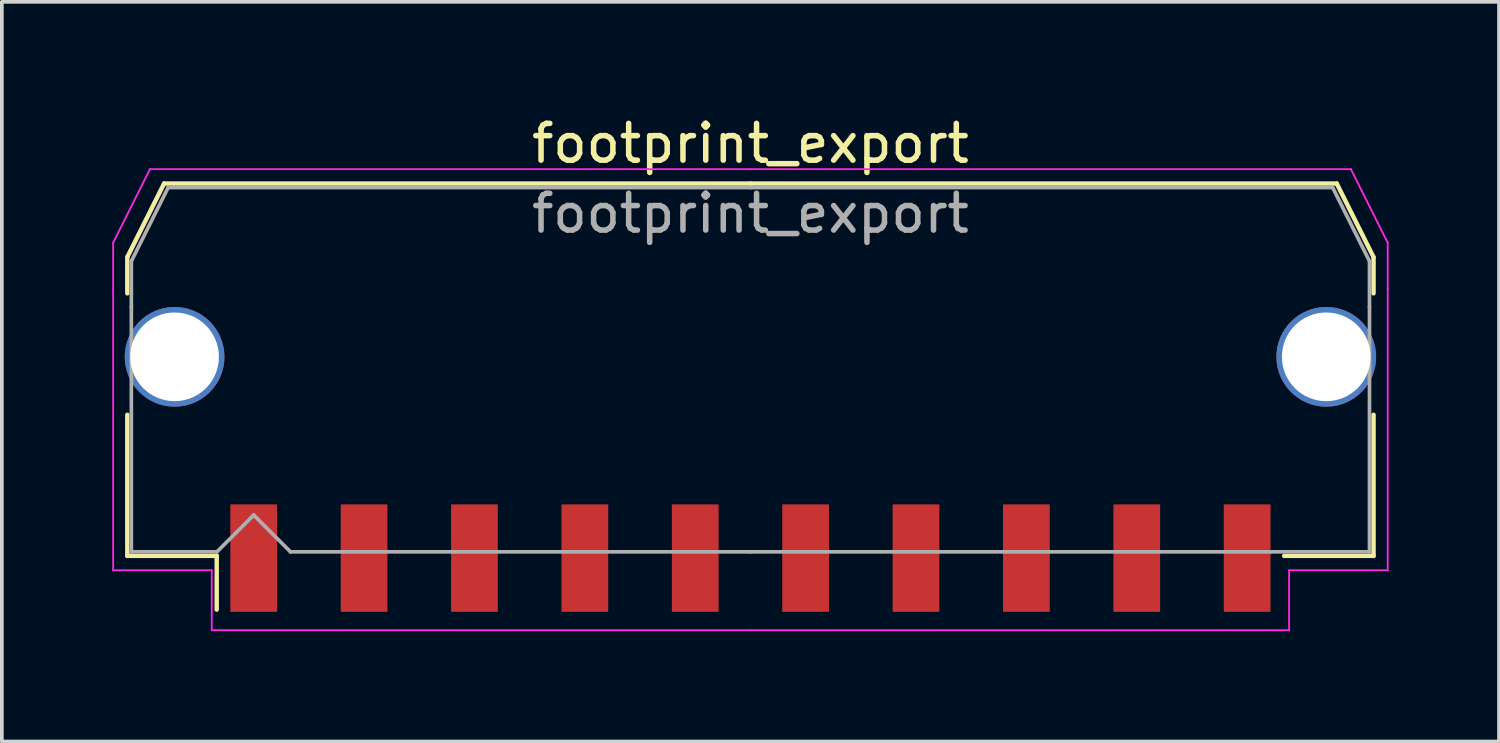
<source format=kicad_pcb>
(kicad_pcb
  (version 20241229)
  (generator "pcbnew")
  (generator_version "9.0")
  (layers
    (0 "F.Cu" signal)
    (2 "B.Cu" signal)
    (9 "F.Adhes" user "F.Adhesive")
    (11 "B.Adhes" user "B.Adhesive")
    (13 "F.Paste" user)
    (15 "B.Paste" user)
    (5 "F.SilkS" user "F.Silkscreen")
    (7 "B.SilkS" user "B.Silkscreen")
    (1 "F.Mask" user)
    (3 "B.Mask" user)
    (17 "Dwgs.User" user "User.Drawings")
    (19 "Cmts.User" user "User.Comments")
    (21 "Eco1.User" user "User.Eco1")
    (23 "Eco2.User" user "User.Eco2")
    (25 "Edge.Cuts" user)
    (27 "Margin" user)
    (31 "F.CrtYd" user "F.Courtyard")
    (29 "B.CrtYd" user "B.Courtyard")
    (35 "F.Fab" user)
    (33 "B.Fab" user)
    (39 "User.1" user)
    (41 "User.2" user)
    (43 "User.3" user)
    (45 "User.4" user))
  (footprint "footprint_export"
    (layer "F.Cu")
    (at 17.345 6.998)
    (property "Reference" "footprint_export" (at 0 -6.15 0) (layer "F.SilkS") (effects (font (size 1 1) (thickness 0.15))))
    (attr smd)
    (fp_line (start -16.935 -3.06) (end -16.935 -2.075) (stroke (width 0.12) (type solid)) (layer "F.SilkS"))
    (fp_line (start -16.935 1.225) (end -16.935 5.06) (stroke (width 0.12) (type solid)) (layer "F.SilkS"))
    (fp_line (start -16.935 5.06) (end -14.505 5.06) (stroke (width 0.12) (type solid)) (layer "F.SilkS"))
    (fp_line (start -15.935 -5.06) (end -16.935 -3.06) (stroke (width 0.12) (type solid)) (layer "F.SilkS"))
    (fp_line (start -14.505 5.06) (end -14.505 6.52) (stroke (width 0.12) (type solid)) (layer "F.SilkS"))
    (fp_line (start 0 -5.06) (end -15.935 -5.06) (stroke (width 0.12) (type solid)) (layer "F.SilkS"))
    (fp_line (start 0 -5.06) (end 15.935 -5.06) (stroke (width 0.12) (type solid)) (layer "F.SilkS"))
    (fp_line (start 15.935 -5.06) (end 16.935 -3.06) (stroke (width 0.12) (type solid)) (layer "F.SilkS"))
    (fp_line (start 16.935 -3.06) (end 16.935 -2.075) (stroke (width 0.12) (type solid)) (layer "F.SilkS"))
    (fp_line (start 16.935 1.225) (end 16.935 5.06) (stroke (width 0.12) (type solid)) (layer "F.SilkS"))
    (fp_line (start 16.935 5.06) (end 14.505 5.06) (stroke (width 0.12) (type solid)) (layer "F.SilkS"))
    (fp_line (start -17.32 -3.45) (end -17.32 -2.2) (stroke (width 0.05) (type solid)) (layer "F.CrtYd"))
    (fp_line (start -17.32 -2.2) (end -17.32 5.45) (stroke (width 0.05) (type solid)) (layer "F.CrtYd"))
    (fp_line (start -17.32 5.45) (end -14.64 5.45) (stroke (width 0.05) (type solid)) (layer "F.CrtYd"))
    (fp_line (start -16.32 -5.45) (end -17.32 -3.45) (stroke (width 0.05) (type solid)) (layer "F.CrtYd"))
    (fp_line (start -14.64 5.45) (end -14.64 7.08) (stroke (width 0.05) (type solid)) (layer "F.CrtYd"))
    (fp_line (start -14.64 7.08) (end 0 7.08) (stroke (width 0.05) (type solid)) (layer "F.CrtYd"))
    (fp_line (start 0 -5.45) (end -16.32 -5.45) (stroke (width 0.05) (type solid)) (layer "F.CrtYd"))
    (fp_line (start 0 -5.45) (end 16.32 -5.45) (stroke (width 0.05) (type solid)) (layer "F.CrtYd"))
    (fp_line (start 14.64 5.45) (end 14.64 7.08) (stroke (width 0.05) (type solid)) (layer "F.CrtYd"))
    (fp_line (start 14.64 7.08) (end 0 7.08) (stroke (width 0.05) (type solid)) (layer "F.CrtYd"))
    (fp_line (start 16.32 -5.45) (end 17.32 -3.45) (stroke (width 0.05) (type solid)) (layer "F.CrtYd"))
    (fp_line (start 17.32 -3.45) (end 17.32 -2.2) (stroke (width 0.05) (type solid)) (layer "F.CrtYd"))
    (fp_line (start 17.32 -2.2) (end 17.32 5.45) (stroke (width 0.05) (type solid)) (layer "F.CrtYd"))
    (fp_line (start 17.32 5.45) (end 14.64 5.45) (stroke (width 0.05) (type solid)) (layer "F.CrtYd"))
    (fp_line (start -16.825 -2.95) (end -16.825 -1.705) (stroke (width 0.1) (type solid)) (layer "F.Fab"))
    (fp_line (start -16.825 -1.705) (end -16.825 4.95) (stroke (width 0.1) (type solid)) (layer "F.Fab"))
    (fp_line (start -16.825 4.95) (end -14.5 4.95) (stroke (width 0.1) (type solid)) (layer "F.Fab"))
    (fp_line (start -15.825 -4.95) (end -16.825 -2.95) (stroke (width 0.1) (type solid)) (layer "F.Fab"))
    (fp_line (start -14.5 4.95) (end -13.5 3.95) (stroke (width 0.1) (type solid)) (layer "F.Fab"))
    (fp_line (start -13.5 3.95) (end -12.5 4.95) (stroke (width 0.1) (type solid)) (layer "F.Fab"))
    (fp_line (start -12.5 4.95) (end 0 4.95) (stroke (width 0.1) (type solid)) (layer "F.Fab"))
    (fp_line (start 0 -4.95) (end -15.825 -4.95) (stroke (width 0.1) (type solid)) (layer "F.Fab"))
    (fp_line (start 0 -4.95) (end 15.825 -4.95) (stroke (width 0.1) (type solid)) (layer "F.Fab"))
    (fp_line (start 14.135 4.95) (end 0 4.95) (stroke (width 0.1) (type solid)) (layer "F.Fab"))
    (fp_line (start 15.825 -4.95) (end 16.825 -2.95) (stroke (width 0.1) (type solid)) (layer "F.Fab"))
    (fp_line (start 16.825 -2.95) (end 16.825 -1.705) (stroke (width 0.1) (type solid)) (layer "F.Fab"))
    (fp_line (start 16.825 -1.705) (end 16.825 4.95) (stroke (width 0.1) (type solid)) (layer "F.Fab"))
    (fp_line (start 16.825 4.95) (end 14.135 4.95) (stroke (width 0.1) (type solid)) (layer "F.Fab"))
    (fp_text user "${REFERENCE}" (at 0 -4.25 0) (layer "F.Fab") (effects (font (size 1 1) (thickness 0.15))))
    (pad "1" smd rect (at -13.5 5.12) (size 1.27 2.92) (layers "F.Cu" "F.Mask" "F.Paste"))
    (pad "2" smd rect (at -10.5 5.12) (size 1.27 2.92) (layers "F.Cu" "F.Mask" "F.Paste"))
    (pad "3" smd rect (at -7.5 5.12) (size 1.27 2.92) (layers "F.Cu" "F.Mask" "F.Paste"))
    (pad "4" smd rect (at -4.5 5.12) (size 1.27 2.92) (layers "F.Cu" "F.Mask" "F.Paste"))
    (pad "5" smd rect (at -1.5 5.12) (size 1.27 2.92) (layers "F.Cu" "F.Mask" "F.Paste"))
    (pad "6" smd rect (at 1.5 5.12) (size 1.27 2.92) (layers "F.Cu" "F.Mask" "F.Paste"))
    (pad "7" smd rect (at 4.5 5.12) (size 1.27 2.92) (layers "F.Cu" "F.Mask" "F.Paste"))
    (pad "8" smd rect (at 7.5 5.12) (size 1.27 2.92) (layers "F.Cu" "F.Mask" "F.Paste"))
    (pad "9" smd rect (at 10.5 5.12) (size 1.27 2.92) (layers "F.Cu" "F.Mask" "F.Paste"))
    (pad "10" smd rect (at 13.5 5.12) (size 1.27 2.92) (layers "F.Cu" "F.Mask" "F.Paste"))
    (pad "MP" thru_hole circle (at -15.65 -0.35) (size 2.71 2.71) (drill 2.41) (layers "*.Cu" "*.Mask"))
    (pad "MP" thru_hole circle (at 15.65 -0.35) (size 2.71 2.71) (drill 2.41) (layers "*.Cu" "*.Mask")))
  (gr_rect
    (start -3 -3)
    (end 37.69 17.103)
    (stroke (width 0.1) (type default))
    (fill no)
    (layer "Edge.Cuts")))
</source>
